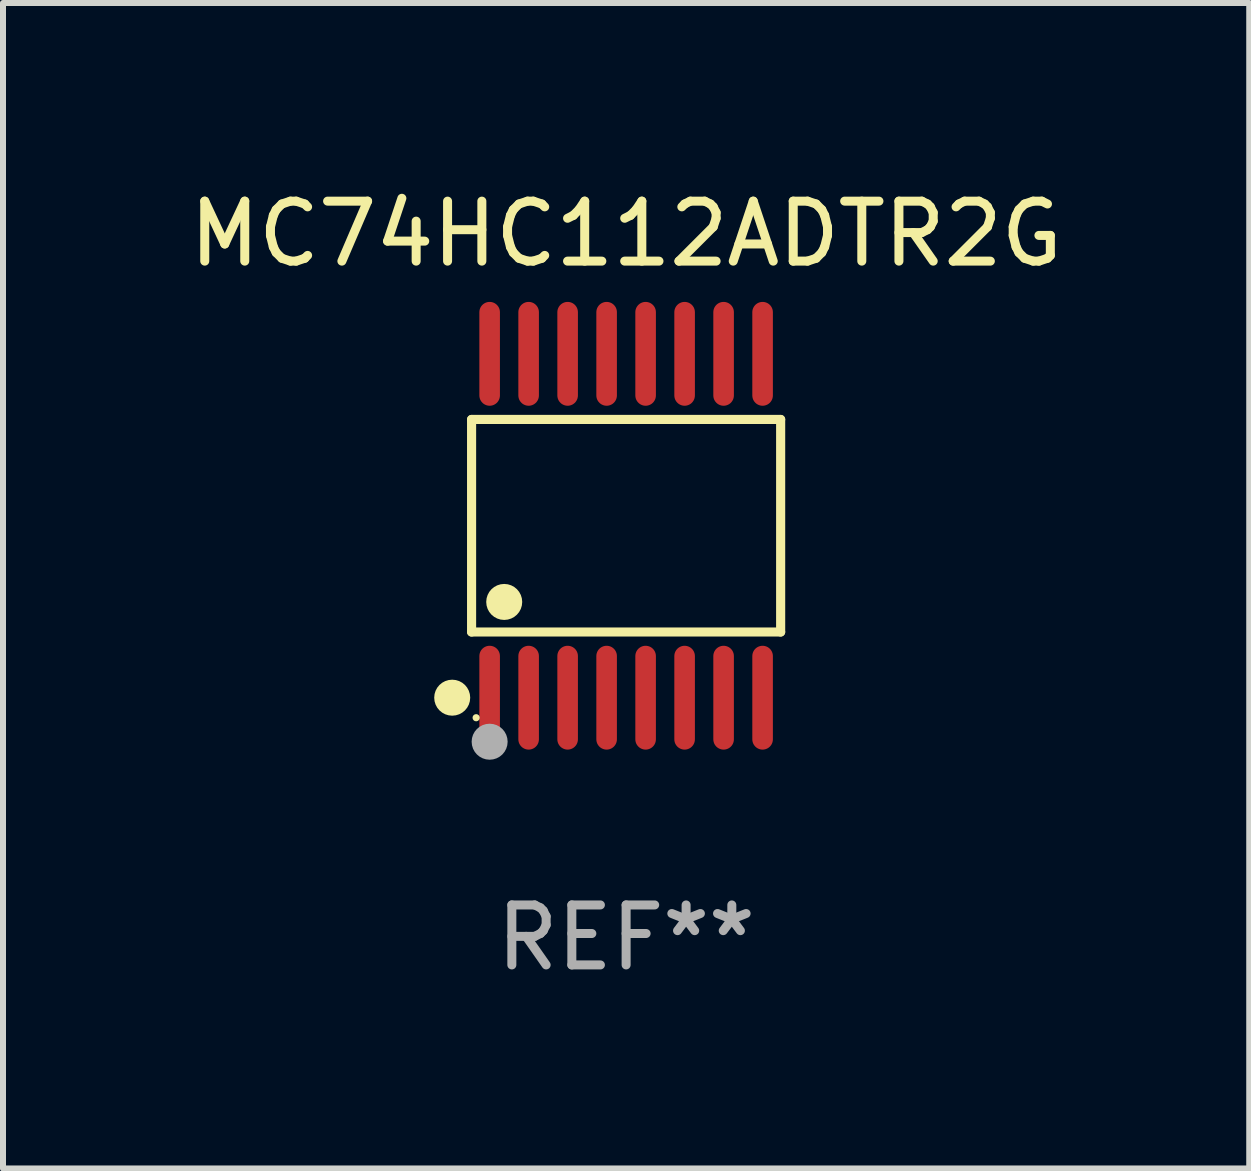
<source format=kicad_pcb>
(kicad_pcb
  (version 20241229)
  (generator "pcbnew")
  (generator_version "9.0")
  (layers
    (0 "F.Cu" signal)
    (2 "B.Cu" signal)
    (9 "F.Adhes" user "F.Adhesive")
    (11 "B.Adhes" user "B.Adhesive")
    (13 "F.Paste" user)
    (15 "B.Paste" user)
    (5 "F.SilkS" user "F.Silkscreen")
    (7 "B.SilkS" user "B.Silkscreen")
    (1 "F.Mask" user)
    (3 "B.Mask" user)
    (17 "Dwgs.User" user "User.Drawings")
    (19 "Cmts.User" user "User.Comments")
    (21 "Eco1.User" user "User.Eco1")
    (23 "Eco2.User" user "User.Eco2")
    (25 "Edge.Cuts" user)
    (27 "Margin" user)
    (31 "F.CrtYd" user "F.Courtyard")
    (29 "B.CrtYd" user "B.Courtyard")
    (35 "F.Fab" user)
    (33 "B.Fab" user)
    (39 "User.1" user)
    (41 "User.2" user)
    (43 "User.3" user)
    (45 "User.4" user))
  (footprint "MC74HC112ADTR2G"
    (layer "F.Cu")
    (at 7.387 5.714)
    (property "Reference" "MC74HC112ADTR2G" (at 0 -4.866 0) (layer "F.SilkS") (effects (font (size 1 1) (thickness 0.15))))
    (attr through_hole)
    (fp_line (start -2.576 -1.772) (end 2.576 -1.772) (stroke (width 0.152) (type solid)) (layer "F.SilkS"))
    (fp_line (start -2.576 1.771) (end -2.576 -1.772) (stroke (width 0.152) (type solid)) (layer "F.SilkS"))
    (fp_line (start 2.576 -1.772) (end 2.576 1.771) (stroke (width 0.152) (type solid)) (layer "F.SilkS"))
    (fp_line (start 2.576 1.771) (end -2.576 1.771) (stroke (width 0.152) (type solid)) (layer "F.SilkS"))
    (fp_circle (center -2.899 2.866) (end -2.749 2.866) (stroke (width 0.3) (type solid)) (fill no) (layer "F.SilkS"))
    (fp_circle (center -2.5 3.2) (end -2.47 3.2) (stroke (width 0.06) (type solid)) (fill no) (layer "F.SilkS"))
    (fp_circle (center -2.032 1.27) (end -1.882 1.27) (stroke (width 0.3) (type solid)) (fill no) (layer "F.SilkS"))
    (fp_circle (center -2.275 3.6) (end -2.125 3.6) (stroke (width 0.3) (type solid)) (fill no) (layer "F.Fab"))
    (fp_text user "REF**" (at 0 6.866 0) (layer "F.Fab") (effects (font (size 1 1) (thickness 0.15))))
    (pad "1" smd oval (at -2.275 2.866) (size 0.343 1.731) (layers "F.Cu" "F.Mask" "F.Paste"))
    (pad "2" smd oval (at -1.625 2.866) (size 0.343 1.731) (layers "F.Cu" "F.Mask" "F.Paste"))
    (pad "3" smd oval (at -0.975 2.866) (size 0.343 1.731) (layers "F.Cu" "F.Mask" "F.Paste"))
    (pad "4" smd oval (at -0.325 2.866) (size 0.343 1.731) (layers "F.Cu" "F.Mask" "F.Paste"))
    (pad "5" smd oval (at 0.325 2.866) (size 0.343 1.731) (layers "F.Cu" "F.Mask" "F.Paste"))
    (pad "6" smd oval (at 0.975 2.866) (size 0.343 1.731) (layers "F.Cu" "F.Mask" "F.Paste"))
    (pad "7" smd oval (at 1.625 2.866) (size 0.343 1.731) (layers "F.Cu" "F.Mask" "F.Paste"))
    (pad "8" smd oval (at 2.275 2.866) (size 0.343 1.731) (layers "F.Cu" "F.Mask" "F.Paste"))
    (pad "9" smd oval (at 2.275 -2.866) (size 0.343 1.731) (layers "F.Cu" "F.Mask" "F.Paste"))
    (pad "10" smd oval (at 1.625 -2.866) (size 0.343 1.731) (layers "F.Cu" "F.Mask" "F.Paste"))
    (pad "11" smd oval (at 0.975 -2.866) (size 0.343 1.731) (layers "F.Cu" "F.Mask" "F.Paste"))
    (pad "12" smd oval (at 0.325 -2.866) (size 0.343 1.731) (layers "F.Cu" "F.Mask" "F.Paste"))
    (pad "13" smd oval (at -0.325 -2.866) (size 0.343 1.731) (layers "F.Cu" "F.Mask" "F.Paste"))
    (pad "14" smd oval (at -0.975 -2.866) (size 0.343 1.731) (layers "F.Cu" "F.Mask" "F.Paste"))
    (pad "15" smd oval (at -1.625 -2.866) (size 0.343 1.731) (layers "F.Cu" "F.Mask" "F.Paste"))
    (pad "16" smd oval (at -2.275 -2.866) (size 0.343 1.731) (layers "F.Cu" "F.Mask" "F.Paste")))
  (gr_rect
    (start -3 -3)
    (end 17.774 16.428)
    (stroke (width 0.1) (type default))
    (fill no)
    (layer "Edge.Cuts")))
</source>
